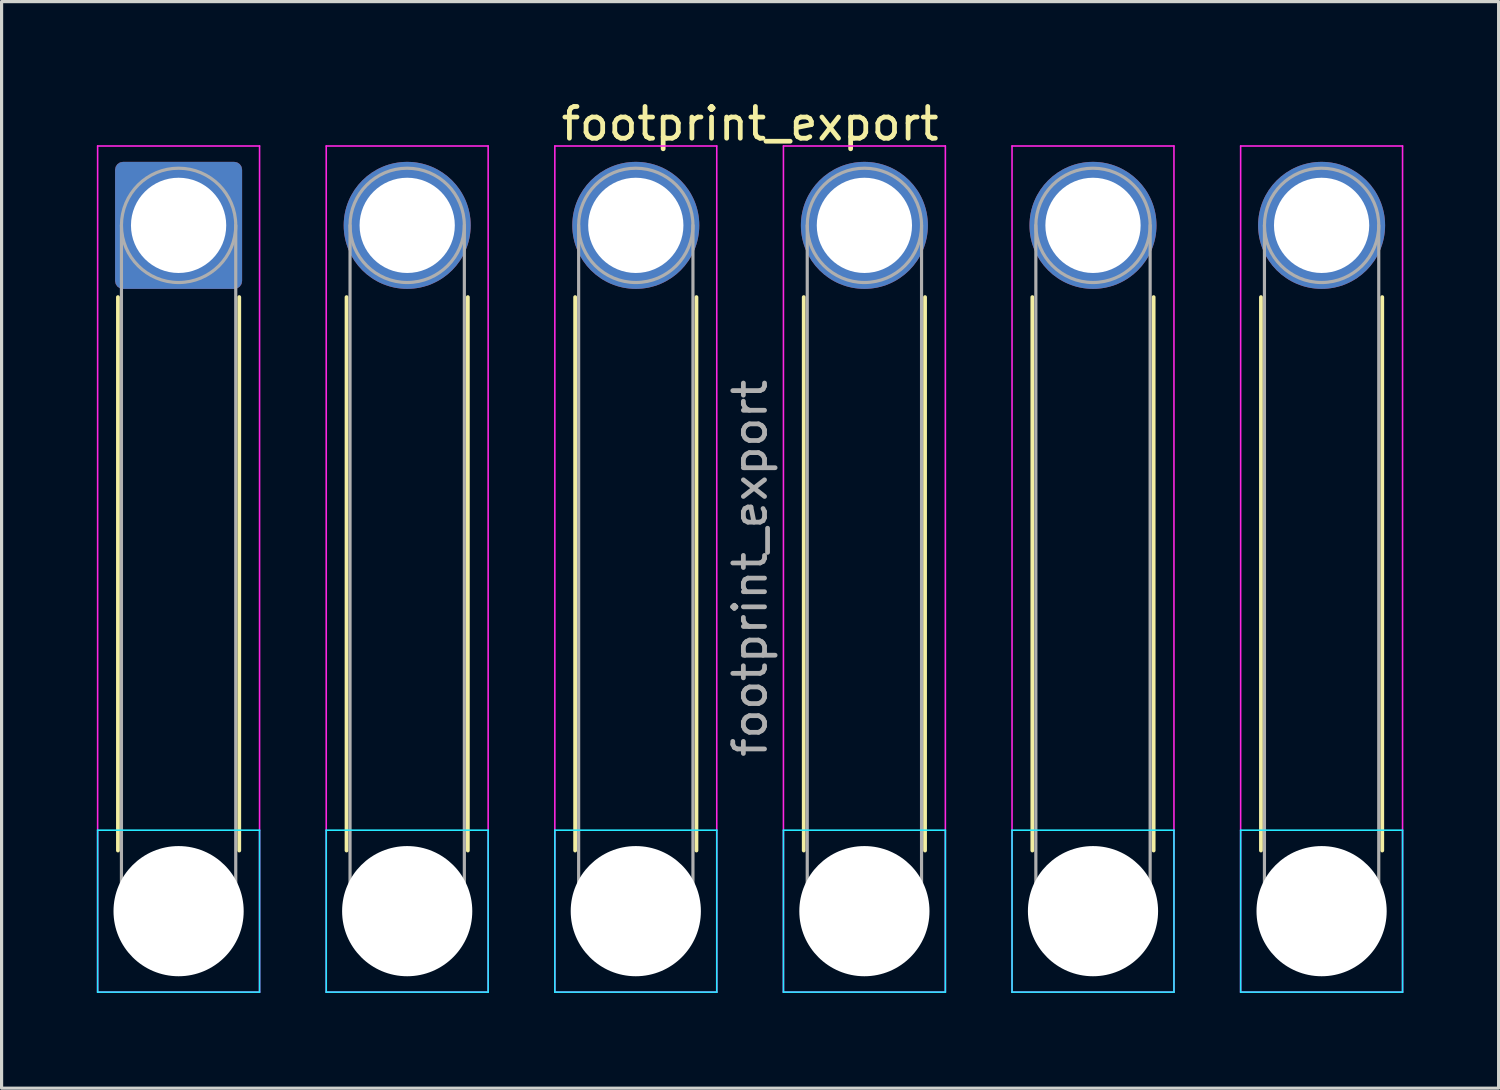
<source format=kicad_pcb>
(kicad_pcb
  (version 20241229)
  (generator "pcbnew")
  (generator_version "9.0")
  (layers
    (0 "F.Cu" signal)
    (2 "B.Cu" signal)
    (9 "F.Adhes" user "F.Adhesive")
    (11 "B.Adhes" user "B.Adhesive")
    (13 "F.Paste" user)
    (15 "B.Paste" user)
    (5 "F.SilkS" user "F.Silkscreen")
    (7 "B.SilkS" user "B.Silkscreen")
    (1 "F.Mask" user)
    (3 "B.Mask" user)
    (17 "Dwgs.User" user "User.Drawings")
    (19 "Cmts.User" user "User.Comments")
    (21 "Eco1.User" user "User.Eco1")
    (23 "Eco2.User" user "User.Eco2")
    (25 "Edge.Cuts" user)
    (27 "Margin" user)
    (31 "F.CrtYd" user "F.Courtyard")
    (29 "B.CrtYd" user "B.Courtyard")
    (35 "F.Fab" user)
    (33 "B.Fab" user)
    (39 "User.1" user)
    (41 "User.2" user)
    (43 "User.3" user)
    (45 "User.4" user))
  (footprint "footprint_export"
    (layer "F.Cu")
    (at 2.575 4.048)
    (property "Reference" "footprint_export" (at 18 -3.2 0) (layer "F.SilkS") (effects (font (size 1 1) (thickness 0.15))))
    (attr exclude_from_pos_files exclude_from_bom)
    (fp_line (start -1.91 2.26) (end -1.91 19.69) (stroke (width 0.12) (type solid)) (layer "F.SilkS"))
    (fp_line (start 1.91 2.26) (end 1.91 19.69) (stroke (width 0.12) (type solid)) (layer "F.SilkS"))
    (fp_line (start 5.29 2.26) (end 5.29 19.69) (stroke (width 0.12) (type solid)) (layer "F.SilkS"))
    (fp_line (start 9.11 2.26) (end 9.11 19.69) (stroke (width 0.12) (type solid)) (layer "F.SilkS"))
    (fp_line (start 12.49 2.26) (end 12.49 19.69) (stroke (width 0.12) (type solid)) (layer "F.SilkS"))
    (fp_line (start 16.31 2.26) (end 16.31 19.69) (stroke (width 0.12) (type solid)) (layer "F.SilkS"))
    (fp_line (start 19.69 2.26) (end 19.69 19.69) (stroke (width 0.12) (type solid)) (layer "F.SilkS"))
    (fp_line (start 23.51 2.26) (end 23.51 19.69) (stroke (width 0.12) (type solid)) (layer "F.SilkS"))
    (fp_line (start 26.89 2.26) (end 26.89 19.69) (stroke (width 0.12) (type solid)) (layer "F.SilkS"))
    (fp_line (start 30.71 2.26) (end 30.71 19.69) (stroke (width 0.12) (type solid)) (layer "F.SilkS"))
    (fp_line (start 34.09 2.26) (end 34.09 19.69) (stroke (width 0.12) (type solid)) (layer "F.SilkS"))
    (fp_line (start 37.91 2.26) (end 37.91 19.69) (stroke (width 0.12) (type solid)) (layer "F.SilkS"))
    (fp_line (start -2.55 19.05) (end -2.55 24.15) (stroke (width 0.05) (type solid)) (layer "B.CrtYd"))
    (fp_line (start -2.55 24.15) (end 2.55 24.15) (stroke (width 0.05) (type solid)) (layer "B.CrtYd"))
    (fp_line (start 2.55 19.05) (end -2.55 19.05) (stroke (width 0.05) (type solid)) (layer "B.CrtYd"))
    (fp_line (start 2.55 24.15) (end 2.55 19.05) (stroke (width 0.05) (type solid)) (layer "B.CrtYd"))
    (fp_line (start 4.65 19.05) (end 4.65 24.15) (stroke (width 0.05) (type solid)) (layer "B.CrtYd"))
    (fp_line (start 4.65 24.15) (end 9.75 24.15) (stroke (width 0.05) (type solid)) (layer "B.CrtYd"))
    (fp_line (start 9.75 19.05) (end 4.65 19.05) (stroke (width 0.05) (type solid)) (layer "B.CrtYd"))
    (fp_line (start 9.75 24.15) (end 9.75 19.05) (stroke (width 0.05) (type solid)) (layer "B.CrtYd"))
    (fp_line (start 11.85 19.05) (end 11.85 24.15) (stroke (width 0.05) (type solid)) (layer "B.CrtYd"))
    (fp_line (start 11.85 24.15) (end 16.95 24.15) (stroke (width 0.05) (type solid)) (layer "B.CrtYd"))
    (fp_line (start 16.95 19.05) (end 11.85 19.05) (stroke (width 0.05) (type solid)) (layer "B.CrtYd"))
    (fp_line (start 16.95 24.15) (end 16.95 19.05) (stroke (width 0.05) (type solid)) (layer "B.CrtYd"))
    (fp_line (start 19.05 19.05) (end 19.05 24.15) (stroke (width 0.05) (type solid)) (layer "B.CrtYd"))
    (fp_line (start 19.05 24.15) (end 24.15 24.15) (stroke (width 0.05) (type solid)) (layer "B.CrtYd"))
    (fp_line (start 24.15 19.05) (end 19.05 19.05) (stroke (width 0.05) (type solid)) (layer "B.CrtYd"))
    (fp_line (start 24.15 24.15) (end 24.15 19.05) (stroke (width 0.05) (type solid)) (layer "B.CrtYd"))
    (fp_line (start 26.25 19.05) (end 26.25 24.15) (stroke (width 0.05) (type solid)) (layer "B.CrtYd"))
    (fp_line (start 26.25 24.15) (end 31.35 24.15) (stroke (width 0.05) (type solid)) (layer "B.CrtYd"))
    (fp_line (start 31.35 19.05) (end 26.25 19.05) (stroke (width 0.05) (type solid)) (layer "B.CrtYd"))
    (fp_line (start 31.35 24.15) (end 31.35 19.05) (stroke (width 0.05) (type solid)) (layer "B.CrtYd"))
    (fp_line (start 33.45 19.05) (end 33.45 24.15) (stroke (width 0.05) (type solid)) (layer "B.CrtYd"))
    (fp_line (start 33.45 24.15) (end 38.55 24.15) (stroke (width 0.05) (type solid)) (layer "B.CrtYd"))
    (fp_line (start 38.55 19.05) (end 33.45 19.05) (stroke (width 0.05) (type solid)) (layer "B.CrtYd"))
    (fp_line (start 38.55 24.15) (end 38.55 19.05) (stroke (width 0.05) (type solid)) (layer "B.CrtYd"))
    (fp_line (start -2.55 -2.5) (end -2.55 24.15) (stroke (width 0.05) (type solid)) (layer "F.CrtYd"))
    (fp_line (start -2.55 24.15) (end 2.55 24.15) (stroke (width 0.05) (type solid)) (layer "F.CrtYd"))
    (fp_line (start 2.55 -2.5) (end -2.55 -2.5) (stroke (width 0.05) (type solid)) (layer "F.CrtYd"))
    (fp_line (start 2.55 24.15) (end 2.55 -2.5) (stroke (width 0.05) (type solid)) (layer "F.CrtYd"))
    (fp_line (start 4.65 -2.5) (end 4.65 24.15) (stroke (width 0.05) (type solid)) (layer "F.CrtYd"))
    (fp_line (start 4.65 24.15) (end 9.75 24.15) (stroke (width 0.05) (type solid)) (layer "F.CrtYd"))
    (fp_line (start 9.75 -2.5) (end 4.65 -2.5) (stroke (width 0.05) (type solid)) (layer "F.CrtYd"))
    (fp_line (start 9.75 24.15) (end 9.75 -2.5) (stroke (width 0.05) (type solid)) (layer "F.CrtYd"))
    (fp_line (start 11.85 -2.5) (end 11.85 24.15) (stroke (width 0.05) (type solid)) (layer "F.CrtYd"))
    (fp_line (start 11.85 24.15) (end 16.95 24.15) (stroke (width 0.05) (type solid)) (layer "F.CrtYd"))
    (fp_line (start 16.95 -2.5) (end 11.85 -2.5) (stroke (width 0.05) (type solid)) (layer "F.CrtYd"))
    (fp_line (start 16.95 24.15) (end 16.95 -2.5) (stroke (width 0.05) (type solid)) (layer "F.CrtYd"))
    (fp_line (start 19.05 -2.5) (end 19.05 24.15) (stroke (width 0.05) (type solid)) (layer "F.CrtYd"))
    (fp_line (start 19.05 24.15) (end 24.15 24.15) (stroke (width 0.05) (type solid)) (layer "F.CrtYd"))
    (fp_line (start 24.15 -2.5) (end 19.05 -2.5) (stroke (width 0.05) (type solid)) (layer "F.CrtYd"))
    (fp_line (start 24.15 24.15) (end 24.15 -2.5) (stroke (width 0.05) (type solid)) (layer "F.CrtYd"))
    (fp_line (start 26.25 -2.5) (end 26.25 24.15) (stroke (width 0.05) (type solid)) (layer "F.CrtYd"))
    (fp_line (start 26.25 24.15) (end 31.35 24.15) (stroke (width 0.05) (type solid)) (layer "F.CrtYd"))
    (fp_line (start 31.35 -2.5) (end 26.25 -2.5) (stroke (width 0.05) (type solid)) (layer "F.CrtYd"))
    (fp_line (start 31.35 24.15) (end 31.35 -2.5) (stroke (width 0.05) (type solid)) (layer "F.CrtYd"))
    (fp_line (start 33.45 -2.5) (end 33.45 24.15) (stroke (width 0.05) (type solid)) (layer "F.CrtYd"))
    (fp_line (start 33.45 24.15) (end 38.55 24.15) (stroke (width 0.05) (type solid)) (layer "F.CrtYd"))
    (fp_line (start 38.55 -2.5) (end 33.45 -2.5) (stroke (width 0.05) (type solid)) (layer "F.CrtYd"))
    (fp_line (start 38.55 24.15) (end 38.55 -2.5) (stroke (width 0.05) (type solid)) (layer "F.CrtYd"))
    (fp_line (start -1.8 0) (end -1.8 21.6) (stroke (width 0.1) (type solid)) (layer "F.Fab"))
    (fp_line (start 1.8 0) (end 1.8 21.6) (stroke (width 0.1) (type solid)) (layer "F.Fab"))
    (fp_line (start 5.4 0) (end 5.4 21.6) (stroke (width 0.1) (type solid)) (layer "F.Fab"))
    (fp_line (start 9 0) (end 9 21.6) (stroke (width 0.1) (type solid)) (layer "F.Fab"))
    (fp_line (start 12.6 0) (end 12.6 21.6) (stroke (width 0.1) (type solid)) (layer "F.Fab"))
    (fp_line (start 16.2 0) (end 16.2 21.6) (stroke (width 0.1) (type solid)) (layer "F.Fab"))
    (fp_line (start 19.8 0) (end 19.8 21.6) (stroke (width 0.1) (type solid)) (layer "F.Fab"))
    (fp_line (start 23.4 0) (end 23.4 21.6) (stroke (width 0.1) (type solid)) (layer "F.Fab"))
    (fp_line (start 27 0) (end 27 21.6) (stroke (width 0.1) (type solid)) (layer "F.Fab"))
    (fp_line (start 30.6 0) (end 30.6 21.6) (stroke (width 0.1) (type solid)) (layer "F.Fab"))
    (fp_line (start 34.2 0) (end 34.2 21.6) (stroke (width 0.1) (type solid)) (layer "F.Fab"))
    (fp_line (start 37.8 0) (end 37.8 21.6) (stroke (width 0.1) (type solid)) (layer "F.Fab"))
    (fp_circle (center 0 0) (end 1.8 0) (stroke (width 0.1) (type solid)) (fill no) (layer "F.Fab"))
    (fp_circle (center 0 21.6) (end 1.8 21.6) (stroke (width 0.1) (type solid)) (fill no) (layer "F.Fab"))
    (fp_circle (center 7.2 0) (end 9 0) (stroke (width 0.1) (type solid)) (fill no) (layer "F.Fab"))
    (fp_circle (center 7.2 21.6) (end 9 21.6) (stroke (width 0.1) (type solid)) (fill no) (layer "F.Fab"))
    (fp_circle (center 14.4 0) (end 16.2 0) (stroke (width 0.1) (type solid)) (fill no) (layer "F.Fab"))
    (fp_circle (center 14.4 21.6) (end 16.2 21.6) (stroke (width 0.1) (type solid)) (fill no) (layer "F.Fab"))
    (fp_circle (center 21.6 0) (end 23.4 0) (stroke (width 0.1) (type solid)) (fill no) (layer "F.Fab"))
    (fp_circle (center 21.6 21.6) (end 23.4 21.6) (stroke (width 0.1) (type solid)) (fill no) (layer "F.Fab"))
    (fp_circle (center 28.8 0) (end 30.6 0) (stroke (width 0.1) (type solid)) (fill no) (layer "F.Fab"))
    (fp_circle (center 28.8 21.6) (end 30.6 21.6) (stroke (width 0.1) (type solid)) (fill no) (layer "F.Fab"))
    (fp_circle (center 36 0) (end 37.8 0) (stroke (width 0.1) (type solid)) (fill no) (layer "F.Fab"))
    (fp_circle (center 36 21.6) (end 37.8 21.6) (stroke (width 0.1) (type solid)) (fill no) (layer "F.Fab"))
    (fp_text user "${REFERENCE}" (at 18 10.8 90) (layer "F.Fab") (effects (font (size 1 1) (thickness 0.15))))
    (pad "" np_thru_hole circle (at 0 21.6) (size 4.1 4.1) (drill 4.1) (layers "*.Cu" "*.Mask"))
    (pad "" np_thru_hole circle (at 7.2 21.6) (size 4.1 4.1) (drill 4.1) (layers "*.Cu" "*.Mask"))
    (pad "" np_thru_hole circle (at 14.4 21.6) (size 4.1 4.1) (drill 4.1) (layers "*.Cu" "*.Mask"))
    (pad "" np_thru_hole circle (at 21.6 21.6) (size 4.1 4.1) (drill 4.1) (layers "*.Cu" "*.Mask"))
    (pad "" np_thru_hole circle (at 28.8 21.6) (size 4.1 4.1) (drill 4.1) (layers "*.Cu" "*.Mask"))
    (pad "" np_thru_hole circle (at 36 21.6) (size 4.1 4.1) (drill 4.1) (layers "*.Cu" "*.Mask"))
    (pad "1" thru_hole roundrect (at 0 0) (size 4 4) (drill 3) (layers "*.Cu" "*.Mask") (roundrect_rratio 0.062))
    (pad "2" thru_hole circle (at 7.2 0) (size 4 4) (drill 3) (layers "*.Cu" "*.Mask"))
    (pad "3" thru_hole circle (at 14.4 0) (size 4 4) (drill 3) (layers "*.Cu" "*.Mask"))
    (pad "4" thru_hole circle (at 21.6 0) (size 4 4) (drill 3) (layers "*.Cu" "*.Mask"))
    (pad "5" thru_hole circle (at 28.8 0) (size 4 4) (drill 3) (layers "*.Cu" "*.Mask"))
    (pad "6" thru_hole circle (at 36 0) (size 4 4) (drill 3) (layers "*.Cu" "*.Mask")))
  (gr_rect
    (start -3 -3)
    (end 44.15 31.223)
    (stroke (width 0.1) (type default))
    (fill no)
    (layer "Edge.Cuts")))
</source>
